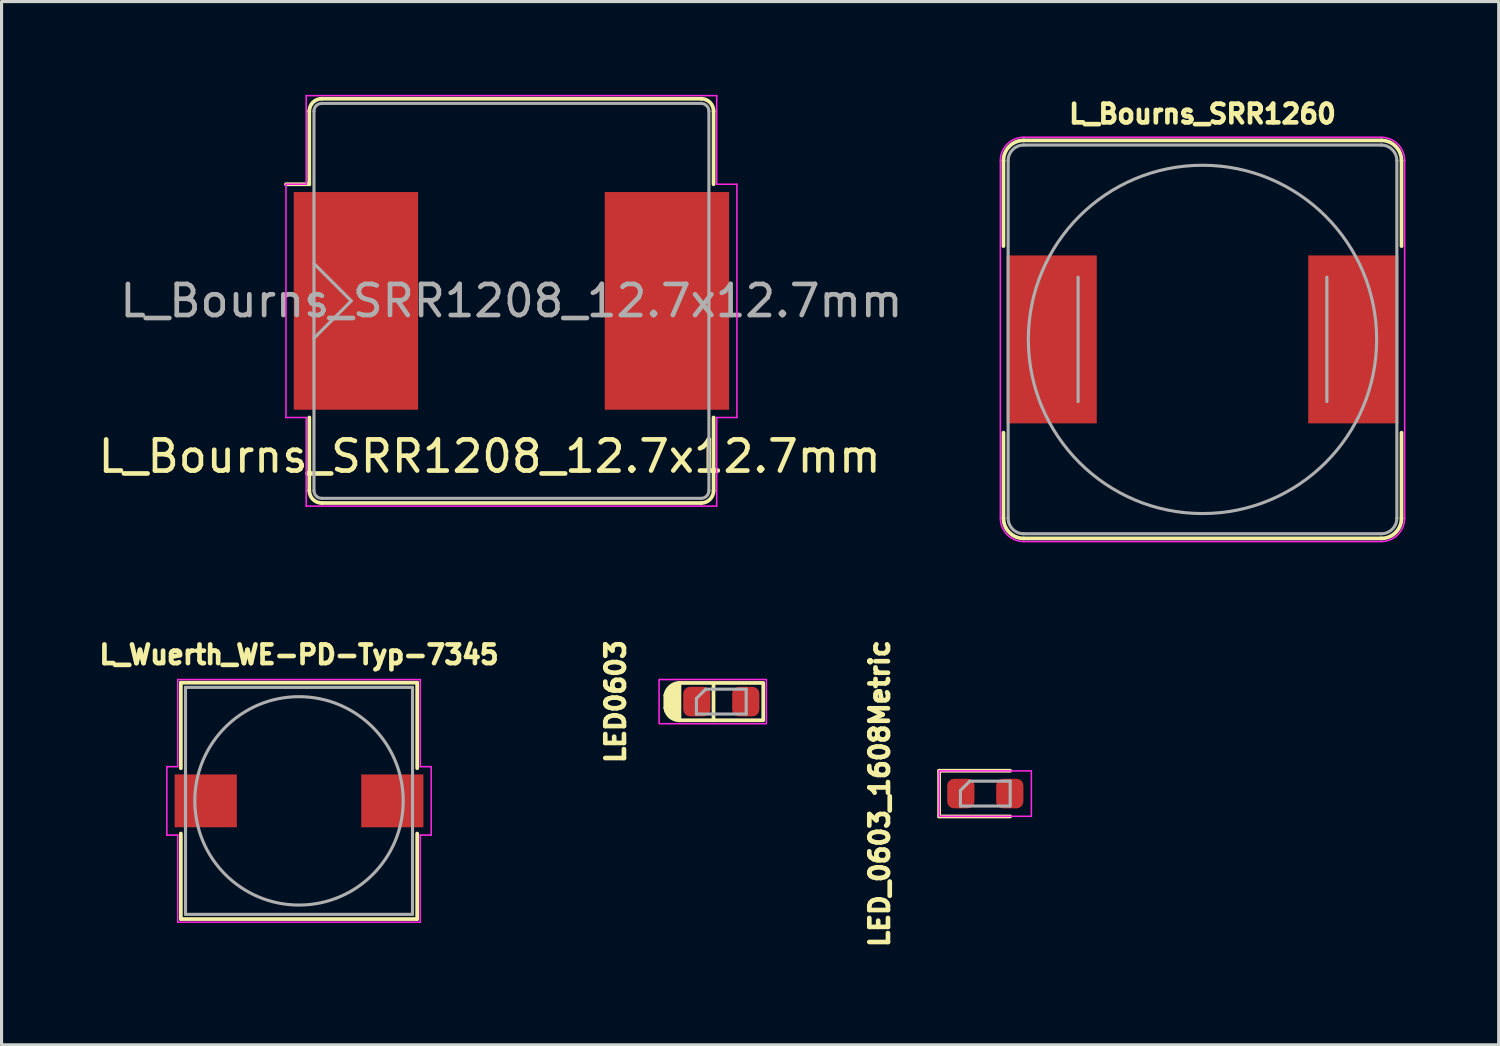
<source format=kicad_pcb>
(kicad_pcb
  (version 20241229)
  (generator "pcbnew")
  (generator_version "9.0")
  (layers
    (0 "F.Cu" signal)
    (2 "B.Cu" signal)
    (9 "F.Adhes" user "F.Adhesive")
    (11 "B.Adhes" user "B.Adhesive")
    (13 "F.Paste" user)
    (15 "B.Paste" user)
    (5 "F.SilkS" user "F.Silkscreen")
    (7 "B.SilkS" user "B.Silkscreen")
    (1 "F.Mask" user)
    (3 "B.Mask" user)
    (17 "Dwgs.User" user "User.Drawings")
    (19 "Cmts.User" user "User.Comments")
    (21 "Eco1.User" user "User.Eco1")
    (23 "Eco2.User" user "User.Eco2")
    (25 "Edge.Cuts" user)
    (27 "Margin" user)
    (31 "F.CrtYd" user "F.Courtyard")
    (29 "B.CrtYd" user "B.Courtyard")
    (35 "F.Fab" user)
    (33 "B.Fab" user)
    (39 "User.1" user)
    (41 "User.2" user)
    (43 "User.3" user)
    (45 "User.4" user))
  (footprint "L_Wuerth_WE-PD-Typ-7345"
    (layer "F.Cu")
    (at 6.565 22.703)
    (property "Reference" "L_Wuerth_WE-PD-Typ-7345" (at 0 -4.7 180) (layer "F.SilkS") (effects (font (size 0.6 0.6) (thickness 0.15))))
    (attr smd)
    (fp_line (start -3.8 -3.8) (end 3.8 -3.8) (stroke (width 0.12) (type solid)) (layer "F.SilkS"))
    (fp_line (start -3.8 -1.05) (end -3.8 -3.8) (stroke (width 0.12) (type solid)) (layer "F.SilkS"))
    (fp_line (start -3.8 3.8) (end -3.8 1.05) (stroke (width 0.12) (type solid)) (layer "F.SilkS"))
    (fp_line (start -3.8 3.8) (end 3.8 3.8) (stroke (width 0.12) (type solid)) (layer "F.SilkS"))
    (fp_line (start 3.8 -1.05) (end 3.8 -3.8) (stroke (width 0.12) (type solid)) (layer "F.SilkS"))
    (fp_line (start 3.8 3.8) (end 3.8 1.05) (stroke (width 0.12) (type solid)) (layer "F.SilkS"))
    (fp_line (start -4.25 -1.1) (end -3.9 -1.1) (stroke (width 0.05) (type solid)) (layer "F.CrtYd"))
    (fp_line (start -4.25 1.1) (end -4.25 -1.1) (stroke (width 0.05) (type solid)) (layer "F.CrtYd"))
    (fp_line (start -4.25 1.1) (end -3.9 1.1) (stroke (width 0.05) (type solid)) (layer "F.CrtYd"))
    (fp_line (start -3.9 -3.9) (end 3.9 -3.9) (stroke (width 0.05) (type solid)) (layer "F.CrtYd"))
    (fp_line (start -3.9 -1.1) (end -3.9 -3.9) (stroke (width 0.05) (type solid)) (layer "F.CrtYd"))
    (fp_line (start -3.9 3.9) (end -3.9 1.1) (stroke (width 0.05) (type solid)) (layer "F.CrtYd"))
    (fp_line (start 3.9 -1.1) (end 3.9 -3.9) (stroke (width 0.05) (type solid)) (layer "F.CrtYd"))
    (fp_line (start 3.9 -1.1) (end 4.25 -1.1) (stroke (width 0.05) (type solid)) (layer "F.CrtYd"))
    (fp_line (start 3.9 1.1) (end 4.25 1.1) (stroke (width 0.05) (type solid)) (layer "F.CrtYd"))
    (fp_line (start 3.9 3.9) (end -3.9 3.9) (stroke (width 0.05) (type solid)) (layer "F.CrtYd"))
    (fp_line (start 3.9 3.9) (end 3.9 1.1) (stroke (width 0.05) (type solid)) (layer "F.CrtYd"))
    (fp_line (start 4.25 1.1) (end 4.25 -1.1) (stroke (width 0.05) (type solid)) (layer "F.CrtYd"))
    (fp_line (start -3.65 -3.65) (end -3.65 3.65) (stroke (width 0.1) (type solid)) (layer "F.Fab"))
    (fp_line (start -3.65 3.65) (end 3.65 3.65) (stroke (width 0.1) (type solid)) (layer "F.Fab"))
    (fp_line (start 3.65 -3.65) (end -3.65 -3.65) (stroke (width 0.1) (type solid)) (layer "F.Fab"))
    (fp_line (start 3.65 3.65) (end 3.65 -3.65) (stroke (width 0.1) (type solid)) (layer "F.Fab"))
    (fp_circle (center 0 0) (end 3.35 -0.05) (stroke (width 0.1) (type solid)) (fill no) (layer "F.Fab"))
    (pad "1" smd rect (at -3 0) (size 2 1.7) (layers "F.Cu" "F.Mask" "F.Paste"))
    (pad "2" smd rect (at 3 0) (size 2 1.7) (layers "F.Cu" "F.Mask" "F.Paste")))
  (footprint "LED_0603_1608Metric"
    (layer "F.Cu")
    (at 28.634 22.469)
    (property "Reference" "LED_0603_1608Metric" (at -3.4 0 90) (layer "F.SilkS") (effects (font (size 0.6 0.6) (thickness 0.15))))
    (attr smd)
    (fp_line (start -1.485 -0.735) (end -1.485 0.735) (stroke (width 0.12) (type solid)) (layer "F.SilkS"))
    (fp_line (start -1.485 0.735) (end 0.8 0.735) (stroke (width 0.12) (type solid)) (layer "F.SilkS"))
    (fp_line (start 0.8 -0.735) (end -1.485 -0.735) (stroke (width 0.12) (type solid)) (layer "F.SilkS"))
    (fp_line (start -1.48 -0.73) (end 1.48 -0.73) (stroke (width 0.05) (type solid)) (layer "F.CrtYd"))
    (fp_line (start -1.48 0.73) (end -1.48 -0.73) (stroke (width 0.05) (type solid)) (layer "F.CrtYd"))
    (fp_line (start 1.48 -0.73) (end 1.48 0.73) (stroke (width 0.05) (type solid)) (layer "F.CrtYd"))
    (fp_line (start 1.48 0.73) (end -1.48 0.73) (stroke (width 0.05) (type solid)) (layer "F.CrtYd"))
    (fp_line (start -0.8 -0.1) (end -0.8 0.4) (stroke (width 0.1) (type solid)) (layer "F.Fab"))
    (fp_line (start -0.8 0.4) (end 0.8 0.4) (stroke (width 0.1) (type solid)) (layer "F.Fab"))
    (fp_line (start -0.5 -0.4) (end -0.8 -0.1) (stroke (width 0.1) (type solid)) (layer "F.Fab"))
    (fp_line (start 0.8 -0.4) (end -0.5 -0.4) (stroke (width 0.1) (type solid)) (layer "F.Fab"))
    (fp_line (start 0.8 0.4) (end 0.8 -0.4) (stroke (width 0.1) (type solid)) (layer "F.Fab"))
    (pad "1" smd roundrect (at -0.787 0) (size 0.875 0.95) (layers "F.Cu" "F.Mask" "F.Paste") (roundrect_rratio 0.25))
    (pad "2" smd roundrect (at 0.787 0) (size 0.875 0.95) (layers "F.Cu" "F.Mask" "F.Paste") (roundrect_rratio 0.25)))
  (footprint "L_Bourns_SRR1260"
    (layer "F.Cu")
    (at 35.618 7.864)
    (property "Reference" "L_Bourns_SRR1260" (at 0 -7.25 180) (layer "F.SilkS") (effects (font (size 0.6 0.6) (thickness 0.15))))
    (attr smd)
    (fp_line (start -6.4 -5.75) (end -6.4 -3) (stroke (width 0.12) (type solid)) (layer "F.SilkS"))
    (fp_line (start -6.4 3) (end -6.4 5.75) (stroke (width 0.12) (type solid)) (layer "F.SilkS"))
    (fp_line (start -5.75 -6.4) (end 5.75 -6.4) (stroke (width 0.12) (type solid)) (layer "F.SilkS"))
    (fp_line (start 5.75 6.4) (end -5.75 6.4) (stroke (width 0.12) (type solid)) (layer "F.SilkS"))
    (fp_line (start 6.4 -5.75) (end 6.4 -3) (stroke (width 0.12) (type solid)) (layer "F.SilkS"))
    (fp_line (start 6.4 3) (end 6.4 5.75) (stroke (width 0.12) (type solid)) (layer "F.SilkS"))
    (fp_arc (start -6.4 -5.75) (mid -6.209619 -6.209619) (end -5.75 -6.4) (stroke (width 0.12) (type solid)) (layer "F.SilkS"))
    (fp_arc (start -5.75 6.4) (mid -6.209619 6.209619) (end -6.4 5.75) (stroke (width 0.12) (type solid)) (layer "F.SilkS"))
    (fp_arc (start 5.75 -6.4) (mid 6.209619 -6.209619) (end 6.4 -5.75) (stroke (width 0.12) (type solid)) (layer "F.SilkS"))
    (fp_arc (start 6.4 5.75) (mid 6.209619 6.209619) (end 5.75 6.4) (stroke (width 0.12) (type solid)) (layer "F.SilkS"))
    (fp_line (start -6.5 5.75) (end -6.5 -5.75) (stroke (width 0.05) (type solid)) (layer "F.CrtYd"))
    (fp_line (start -5.75 -6.5) (end 5.75 -6.5) (stroke (width 0.05) (type solid)) (layer "F.CrtYd"))
    (fp_line (start 5.75 6.5) (end -5.75 6.5) (stroke (width 0.05) (type solid)) (layer "F.CrtYd"))
    (fp_line (start 6.5 -5.75) (end 6.5 5.75) (stroke (width 0.05) (type solid)) (layer "F.CrtYd"))
    (fp_arc (start -6.5 -5.75) (mid -6.28033 -6.28033) (end -5.75 -6.5) (stroke (width 0.05) (type solid)) (layer "F.CrtYd"))
    (fp_arc (start -5.75 6.5) (mid -6.28033 6.28033) (end -6.5 5.75) (stroke (width 0.05) (type solid)) (layer "F.CrtYd"))
    (fp_arc (start 5.75 -6.5) (mid 6.28033 -6.28033) (end 6.5 -5.75) (stroke (width 0.05) (type solid)) (layer "F.CrtYd"))
    (fp_arc (start 6.5 5.75) (mid 6.28033 6.28033) (end 5.75 6.5) (stroke (width 0.05) (type solid)) (layer "F.CrtYd"))
    (fp_line (start -6.25 -5.75) (end -6.25 5.75) (stroke (width 0.1) (type solid)) (layer "F.Fab"))
    (fp_line (start -5.75 -6.25) (end 5.75 -6.25) (stroke (width 0.1) (type solid)) (layer "F.Fab"))
    (fp_line (start -4 2) (end -4 -2) (stroke (width 0.1) (type solid)) (layer "F.Fab"))
    (fp_line (start 4 -2) (end 4 2) (stroke (width 0.1) (type solid)) (layer "F.Fab"))
    (fp_line (start 5.75 6.25) (end -5.75 6.25) (stroke (width 0.1) (type solid)) (layer "F.Fab"))
    (fp_line (start 6.25 -5.75) (end 6.25 5.75) (stroke (width 0.1) (type solid)) (layer "F.Fab"))
    (fp_arc (start -6.25 -5.75) (mid -6.103553 -6.103553) (end -5.75 -6.25) (stroke (width 0.1) (type solid)) (layer "F.Fab"))
    (fp_arc (start -5.75 6.25) (mid -6.103553 6.103553) (end -6.25 5.75) (stroke (width 0.1) (type solid)) (layer "F.Fab"))
    (fp_arc (start 5.75 -6.25) (mid 6.103553 -6.103553) (end 6.25 -5.75) (stroke (width 0.1) (type solid)) (layer "F.Fab"))
    (fp_arc (start 6.25 5.75) (mid 6.103553 6.103553) (end 5.75 6.25) (stroke (width 0.1) (type solid)) (layer "F.Fab"))
    (fp_circle (center 0 0) (end 0 -5.6) (stroke (width 0.1) (type solid)) (fill no) (layer "F.Fab"))
    (pad "1" smd rect (at -4.85 0) (size 2.9 5.4) (layers "F.Cu" "F.Mask" "F.Paste"))
    (pad "2" smd rect (at 4.85 0) (size 2.9 5.4) (layers "F.Cu" "F.Mask" "F.Paste")))
  (footprint "L_Bourns_SRR1208_12.7x12.7mm"
    (layer "F.Cu")
    (at 13.396 6.625)
    (property "Reference" "L_Bourns_SRR1208_12.7x12.7mm" (at -0.7 5 180) (layer "F.SilkS") (effects (font (size 1 1) (thickness 0.15))))
    (attr smd)
    (fp_line (start -6.5 -6.1) (end -6.5 -3.75) (stroke (width 0.12) (type solid)) (layer "F.SilkS"))
    (fp_line (start -6.5 -3.75) (end -7.25 -3.75) (stroke (width 0.12) (type solid)) (layer "F.SilkS"))
    (fp_line (start -6.5 3.75) (end -6.5 6.1) (stroke (width 0.12) (type solid)) (layer "F.SilkS"))
    (fp_line (start -6.1 -6.5) (end 6.1 -6.5) (stroke (width 0.12) (type solid)) (layer "F.SilkS"))
    (fp_line (start 6.1 6.5) (end -6.1 6.5) (stroke (width 0.12) (type solid)) (layer "F.SilkS"))
    (fp_line (start 6.5 -6.1) (end 6.5 -3.75) (stroke (width 0.12) (type solid)) (layer "F.SilkS"))
    (fp_line (start 6.5 3.75) (end 6.5 6.1) (stroke (width 0.12) (type solid)) (layer "F.SilkS"))
    (fp_arc (start -6.5 -6.1) (mid -6.382843 -6.382843) (end -6.1 -6.5) (stroke (width 0.12) (type solid)) (layer "F.SilkS"))
    (fp_arc (start -6.1 6.5) (mid -6.382843 6.382843) (end -6.5 6.1) (stroke (width 0.12) (type solid)) (layer "F.SilkS"))
    (fp_arc (start 6.1 -6.5) (mid 6.382843 -6.382843) (end 6.5 -6.1) (stroke (width 0.12) (type solid)) (layer "F.SilkS"))
    (fp_arc (start 6.5 6.1) (mid 6.382843 6.382843) (end 6.1 6.5) (stroke (width 0.12) (type solid)) (layer "F.SilkS"))
    (fp_line (start -7.25 -3.75) (end -7.25 3.75) (stroke (width 0.05) (type solid)) (layer "F.CrtYd"))
    (fp_line (start -7.25 -3.75) (end -6.6 -3.75) (stroke (width 0.05) (type solid)) (layer "F.CrtYd"))
    (fp_line (start -6.6 -6.6) (end -6.6 -3.75) (stroke (width 0.05) (type solid)) (layer "F.CrtYd"))
    (fp_line (start -6.6 -6.6) (end 6.6 -6.6) (stroke (width 0.05) (type solid)) (layer "F.CrtYd"))
    (fp_line (start -6.6 3.75) (end -7.25 3.75) (stroke (width 0.05) (type solid)) (layer "F.CrtYd"))
    (fp_line (start -6.6 6.6) (end -6.6 3.75) (stroke (width 0.05) (type solid)) (layer "F.CrtYd"))
    (fp_line (start 6.6 -6.6) (end 6.6 -3.75) (stroke (width 0.05) (type solid)) (layer "F.CrtYd"))
    (fp_line (start 6.6 3.75) (end 6.6 6.6) (stroke (width 0.05) (type solid)) (layer "F.CrtYd"))
    (fp_line (start 6.6 6.6) (end -6.6 6.6) (stroke (width 0.05) (type solid)) (layer "F.CrtYd"))
    (fp_line (start 7.25 -3.75) (end 6.6 -3.75) (stroke (width 0.05) (type solid)) (layer "F.CrtYd"))
    (fp_line (start 7.25 -3.75) (end 7.25 3.75) (stroke (width 0.05) (type solid)) (layer "F.CrtYd"))
    (fp_line (start 7.25 3.75) (end 6.6 3.75) (stroke (width 0.05) (type solid)) (layer "F.CrtYd"))
    (fp_line (start -6.35 -6.1) (end -6.35 6.1) (stroke (width 0.1) (type solid)) (layer "F.Fab"))
    (fp_line (start -6.1 -6.35) (end 6.1 -6.35) (stroke (width 0.1) (type solid)) (layer "F.Fab"))
    (fp_line (start -5.15 0) (end -6.35 -1.2) (stroke (width 0.1) (type solid)) (layer "F.Fab"))
    (fp_line (start -5.15 0) (end -6.35 1.2) (stroke (width 0.1) (type solid)) (layer "F.Fab"))
    (fp_line (start 6.1 6.35) (end -6.1 6.35) (stroke (width 0.1) (type solid)) (layer "F.Fab"))
    (fp_line (start 6.35 -6.1) (end 6.35 6.1) (stroke (width 0.1) (type solid)) (layer "F.Fab"))
    (fp_arc (start -6.35 -6.1) (mid -6.276777 -6.276777) (end -6.1 -6.35) (stroke (width 0.1) (type solid)) (layer "F.Fab"))
    (fp_arc (start -6.1 6.35) (mid -6.276777 6.276777) (end -6.35 6.1) (stroke (width 0.1) (type solid)) (layer "F.Fab"))
    (fp_arc (start 6.1 -6.35) (mid 6.276777 -6.276777) (end 6.35 -6.1) (stroke (width 0.1) (type solid)) (layer "F.Fab"))
    (fp_arc (start 6.35 6.1) (mid 6.276777 6.276777) (end 6.1 6.35) (stroke (width 0.1) (type solid)) (layer "F.Fab"))
    (fp_text user "${REFERENCE}" (at 0 0 180) (layer "F.Fab") (effects (font (size 1 1) (thickness 0.15))))
    (pad "1" smd rect (at -5 0) (size 4 7) (layers "F.Cu" "F.Mask" "F.Paste"))
    (pad "2" smd rect (at 5 0) (size 4 7) (layers "F.Cu" "F.Mask" "F.Paste")))
  (footprint "LED0603"
    (layer "F.Cu")
    (at 20.144 19.511)
    (property "Reference" "LED0603" (at -3.4 0 90) (layer "F.SilkS") (effects (font (size 0.6 0.6) (thickness 0.15))))
    (attr smd)
    (fp_line (start -1.8 -0.2) (end -1.8 0.2) (stroke (width 0.12) (type solid)) (layer "F.SilkS"))
    (fp_line (start -1.35 -0.6) (end -1.35 0.6) (stroke (width 0.12) (type solid)) (layer "F.SilkS"))
    (fp_line (start -0.25 -0.575) (end -0.25 0.6) (stroke (width 0.12) (type solid)) (layer "F.SilkS"))
    (fp_rect (start -1.35 -0.6) (end 1.35 0.6) (stroke (width 0.12) (type solid)) (fill no) (layer "F.SilkS"))
    (fp_arc (start -1.8 -0.2) (mid -1.647024 -0.481027) (end -1.35 -0.6) (stroke (width 0.12) (type solid)) (layer "F.SilkS"))
    (fp_arc (start -1.35 0.6) (mid -1.651038 0.485543) (end -1.8 0.2) (stroke (width 0.12) (type solid)) (layer "F.SilkS"))
    (fp_poly (pts (xy -1.35 0.6) (xy -1.475 0.6) (xy -1.525 0.575) (xy -1.55 0.55) (xy -1.65 0.525) (xy -1.651 0.486) (xy -1.7 0.45) (xy -1.725 0.375) (xy -1.8 0.325) (xy -1.8 0.25) (xy -1.725 -0.425) (xy -1.647 -0.481) (xy -1.6 -0.525) (xy -1.525 -0.525) (xy -1.525 -0.575) (xy -1.4 -0.6) (xy -1.35 -0.6)) (stroke (width 0.05) (type solid)) (fill yes) (layer "F.SilkS"))
    (fp_rect (start -2 -0.71) (end 1.45 0.71) (stroke (width 0.05) (type solid)) (fill no) (layer "F.CrtYd"))
    (fp_line (start -0.8 -0.1) (end -0.8 0.4) (stroke (width 0.1) (type solid)) (layer "F.Fab"))
    (fp_line (start -0.8 0.4) (end 0.8 0.4) (stroke (width 0.1) (type solid)) (layer "F.Fab"))
    (fp_line (start -0.5 -0.4) (end -0.8 -0.1) (stroke (width 0.1) (type solid)) (layer "F.Fab"))
    (fp_line (start 0.8 -0.4) (end -0.5 -0.4) (stroke (width 0.1) (type solid)) (layer "F.Fab"))
    (fp_line (start 0.8 0.4) (end 0.8 -0.4) (stroke (width 0.1) (type solid)) (layer "F.Fab"))
    (pad "1" smd roundrect (at 0.787 0) (size 0.875 0.95) (layers "F.Cu" "F.Mask" "F.Paste") (roundrect_rratio 0.25))
    (pad "2" smd roundrect (at -0.787 0) (size 0.875 0.95) (layers "F.Cu" "F.Mask" "F.Paste") (roundrect_rratio 0.25)))
  (gr_rect
    (start -3 -3)
    (end 45.143 30.548)
    (stroke (width 0.1) (type default))
    (fill no)
    (layer "Edge.Cuts")))
</source>
